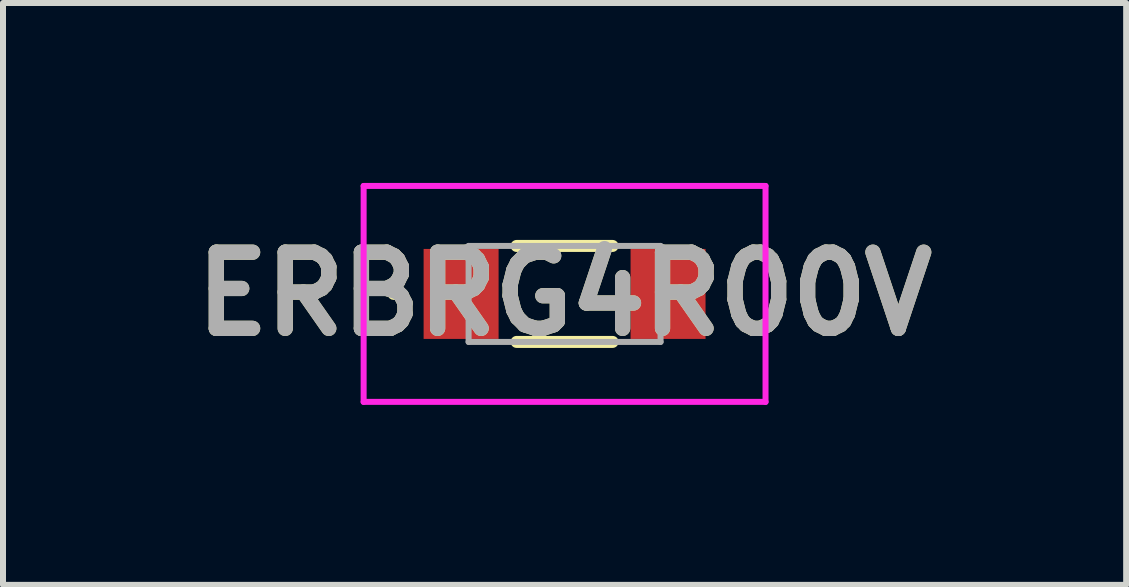
<source format=kicad_pcb>
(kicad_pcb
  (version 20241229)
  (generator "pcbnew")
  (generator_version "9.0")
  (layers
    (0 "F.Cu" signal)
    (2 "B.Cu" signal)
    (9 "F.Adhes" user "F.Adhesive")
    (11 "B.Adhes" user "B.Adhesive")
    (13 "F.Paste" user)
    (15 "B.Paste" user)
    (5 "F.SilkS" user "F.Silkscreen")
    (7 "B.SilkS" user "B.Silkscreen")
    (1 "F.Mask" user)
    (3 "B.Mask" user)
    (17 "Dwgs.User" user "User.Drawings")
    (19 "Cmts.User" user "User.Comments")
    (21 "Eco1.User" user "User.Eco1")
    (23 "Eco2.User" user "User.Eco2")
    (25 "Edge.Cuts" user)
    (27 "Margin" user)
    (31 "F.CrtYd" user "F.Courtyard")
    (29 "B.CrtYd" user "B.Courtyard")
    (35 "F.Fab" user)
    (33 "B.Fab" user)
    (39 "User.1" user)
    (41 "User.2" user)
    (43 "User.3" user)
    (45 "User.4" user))
  (footprint "ERBRG4R00V"
    (layer "F.Cu")
    (at 6.362 1.85)
    (property "Reference" "ERBRG4R00V" (at 0 0 0) (layer "F.SilkS") (effects (font (size 1.27 1.27) (thickness 0.254))))
    (attr smd)
    (fp_line (start -2.9 0) (end -2.9 0) (stroke (width 0.1) (type solid)) (layer "F.SilkS"))
    (fp_line (start -2.8 0) (end -2.8 0) (stroke (width 0.1) (type solid)) (layer "F.SilkS"))
    (fp_line (start -0.8 -0.8) (end 0.8 -0.8) (stroke (width 0.2) (type solid)) (layer "F.SilkS"))
    (fp_line (start -0.8 0.8) (end 0.8 0.8) (stroke (width 0.2) (type solid)) (layer "F.SilkS"))
    (fp_arc (start -2.9 0) (mid -2.85 -0.05) (end -2.8 0) (stroke (width 0.1) (type solid)) (layer "F.SilkS"))
    (fp_arc (start -2.8 0) (mid -2.85 0.05) (end -2.9 0) (stroke (width 0.1) (type solid)) (layer "F.SilkS"))
    (fp_line (start -3.35 -1.8) (end 3.35 -1.8) (stroke (width 0.1) (type solid)) (layer "F.CrtYd"))
    (fp_line (start -3.35 1.8) (end -3.35 -1.8) (stroke (width 0.1) (type solid)) (layer "F.CrtYd"))
    (fp_line (start 3.35 -1.8) (end 3.35 1.8) (stroke (width 0.1) (type solid)) (layer "F.CrtYd"))
    (fp_line (start 3.35 1.8) (end -3.35 1.8) (stroke (width 0.1) (type solid)) (layer "F.CrtYd"))
    (fp_line (start -1.6 -0.8) (end 1.6 -0.8) (stroke (width 0.1) (type solid)) (layer "F.Fab"))
    (fp_line (start -1.6 0.8) (end -1.6 -0.8) (stroke (width 0.1) (type solid)) (layer "F.Fab"))
    (fp_line (start 1.6 -0.8) (end 1.6 0.8) (stroke (width 0.1) (type solid)) (layer "F.Fab"))
    (fp_line (start 1.6 0.8) (end -1.6 0.8) (stroke (width 0.1) (type solid)) (layer "F.Fab"))
    (fp_text user "${REFERENCE}" (at 0 0 0) (layer "F.Fab") (effects (font (size 1.27 1.27) (thickness 0.254))))
    (pad "1" smd rect (at -1.725 0) (size 1.25 1.5) (layers "F.Cu" "F.Mask" "F.Paste"))
    (pad "2" smd rect (at 1.725 0) (size 1.25 1.5) (layers "F.Cu" "F.Mask" "F.Paste")))
  (gr_rect
    (start -3 -3)
    (end 15.724 6.7)
    (stroke (width 0.1) (type default))
    (fill no)
    (layer "Edge.Cuts")))
</source>
